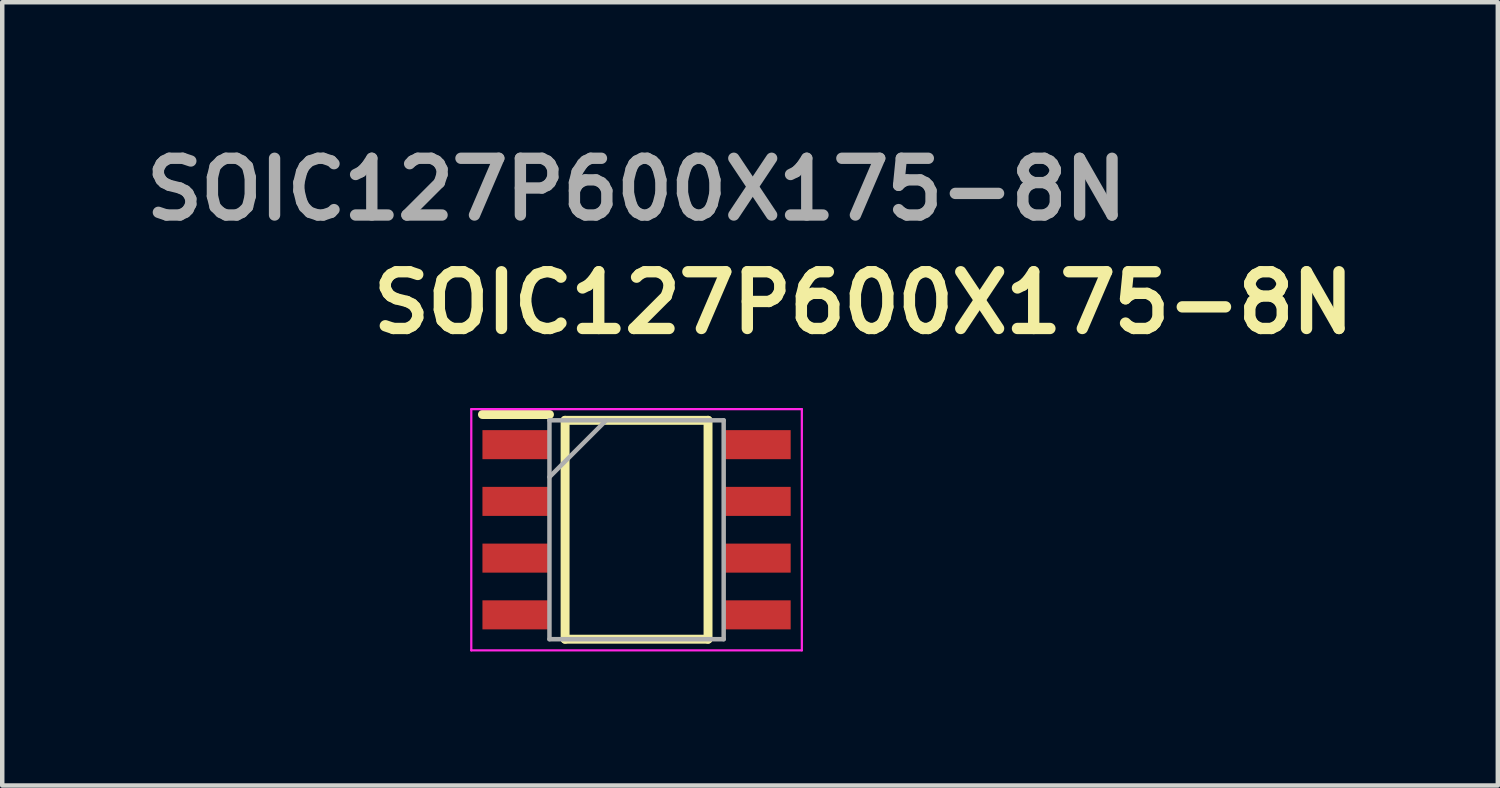
<source format=kicad_pcb>
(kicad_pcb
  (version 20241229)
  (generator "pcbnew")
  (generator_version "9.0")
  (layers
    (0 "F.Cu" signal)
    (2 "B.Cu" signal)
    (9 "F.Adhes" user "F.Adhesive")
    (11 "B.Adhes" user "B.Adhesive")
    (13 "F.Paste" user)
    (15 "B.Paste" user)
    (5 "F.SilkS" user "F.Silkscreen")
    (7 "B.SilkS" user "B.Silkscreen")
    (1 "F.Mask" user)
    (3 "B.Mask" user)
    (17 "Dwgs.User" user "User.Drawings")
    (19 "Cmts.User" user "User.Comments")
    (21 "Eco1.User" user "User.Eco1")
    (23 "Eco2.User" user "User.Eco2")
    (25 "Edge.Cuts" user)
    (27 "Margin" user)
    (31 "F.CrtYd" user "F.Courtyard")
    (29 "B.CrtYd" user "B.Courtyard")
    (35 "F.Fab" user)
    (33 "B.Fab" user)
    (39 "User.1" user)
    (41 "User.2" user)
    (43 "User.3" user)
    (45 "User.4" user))
  (footprint "SOIC127P600X175-8N"
    (layer "F.Cu")
    (at 11.2 8.809)
    (property "Reference" "SOIC127P600X175-8N" (at 5.08 -5.08 0) (layer "F.SilkS") (effects (font (size 1.27 1.27) (thickness 0.254))))
    (attr smd)
    (fp_line (start -3.45 -2.58) (end -1.95 -2.58) (stroke (width 0.2) (type solid)) (layer "F.SilkS"))
    (fp_line (start -1.6 -2.45) (end 1.6 -2.45) (stroke (width 0.2) (type solid)) (layer "F.SilkS"))
    (fp_line (start -1.6 2.45) (end -1.6 -2.45) (stroke (width 0.2) (type solid)) (layer "F.SilkS"))
    (fp_line (start 1.6 -2.45) (end 1.6 2.45) (stroke (width 0.2) (type solid)) (layer "F.SilkS"))
    (fp_line (start 1.6 2.45) (end -1.6 2.45) (stroke (width 0.2) (type solid)) (layer "F.SilkS"))
    (fp_line (start -3.7 -2.7) (end 3.7 -2.7) (stroke (width 0.05) (type solid)) (layer "F.CrtYd"))
    (fp_line (start -3.7 2.7) (end -3.7 -2.7) (stroke (width 0.05) (type solid)) (layer "F.CrtYd"))
    (fp_line (start 3.7 -2.7) (end 3.7 2.7) (stroke (width 0.05) (type solid)) (layer "F.CrtYd"))
    (fp_line (start 3.7 2.7) (end -3.7 2.7) (stroke (width 0.05) (type solid)) (layer "F.CrtYd"))
    (fp_line (start -1.95 -2.45) (end 1.95 -2.45) (stroke (width 0.1) (type solid)) (layer "F.Fab"))
    (fp_line (start -1.95 -1.18) (end -0.68 -2.45) (stroke (width 0.1) (type solid)) (layer "F.Fab"))
    (fp_line (start -1.95 2.45) (end -1.95 -2.45) (stroke (width 0.1) (type solid)) (layer "F.Fab"))
    (fp_line (start 1.95 -2.45) (end 1.95 2.45) (stroke (width 0.1) (type solid)) (layer "F.Fab"))
    (fp_line (start 1.95 2.45) (end -1.95 2.45) (stroke (width 0.1) (type solid)) (layer "F.Fab"))
    (fp_text user "${REFERENCE}" (at 0 -7.62 0) (layer "F.Fab") (effects (font (size 1.27 1.27) (thickness 0.254))))
    (pad "1" smd rect (at -2.7 -1.905 90) (size 0.65 1.5) (layers "F.Cu" "F.Mask" "F.Paste"))
    (pad "2" smd rect (at -2.7 -0.635 90) (size 0.65 1.5) (layers "F.Cu" "F.Mask" "F.Paste"))
    (pad "3" smd rect (at -2.7 0.635 90) (size 0.65 1.5) (layers "F.Cu" "F.Mask" "F.Paste"))
    (pad "4" smd rect (at -2.7 1.905 90) (size 0.65 1.5) (layers "F.Cu" "F.Mask" "F.Paste"))
    (pad "5" smd rect (at 2.7 1.905 90) (size 0.65 1.5) (layers "F.Cu" "F.Mask" "F.Paste"))
    (pad "6" smd rect (at 2.7 0.635 90) (size 0.65 1.5) (layers "F.Cu" "F.Mask" "F.Paste"))
    (pad "7" smd rect (at 2.7 -0.635 90) (size 0.65 1.5) (layers "F.Cu" "F.Mask" "F.Paste"))
    (pad "8" smd rect (at 2.7 -1.905 90) (size 0.65 1.5) (layers "F.Cu" "F.Mask" "F.Paste")))
  (gr_rect
    (start -3 -3)
    (end 30.48 14.534)
    (stroke (width 0.1) (type default))
    (fill no)
    (layer "Edge.Cuts")))
</source>
